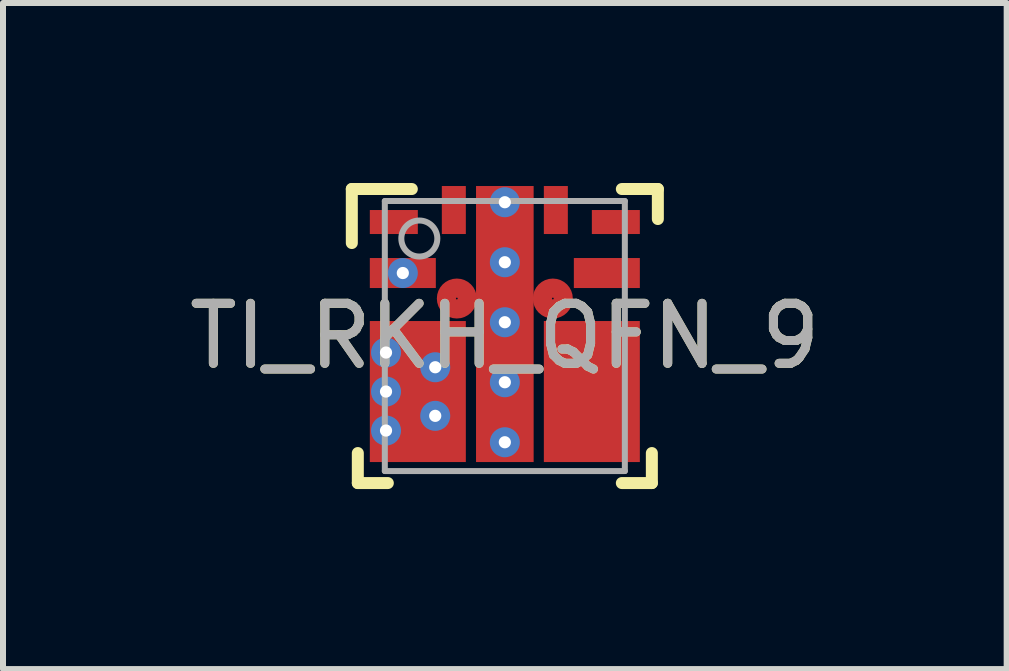
<source format=kicad_pcb>
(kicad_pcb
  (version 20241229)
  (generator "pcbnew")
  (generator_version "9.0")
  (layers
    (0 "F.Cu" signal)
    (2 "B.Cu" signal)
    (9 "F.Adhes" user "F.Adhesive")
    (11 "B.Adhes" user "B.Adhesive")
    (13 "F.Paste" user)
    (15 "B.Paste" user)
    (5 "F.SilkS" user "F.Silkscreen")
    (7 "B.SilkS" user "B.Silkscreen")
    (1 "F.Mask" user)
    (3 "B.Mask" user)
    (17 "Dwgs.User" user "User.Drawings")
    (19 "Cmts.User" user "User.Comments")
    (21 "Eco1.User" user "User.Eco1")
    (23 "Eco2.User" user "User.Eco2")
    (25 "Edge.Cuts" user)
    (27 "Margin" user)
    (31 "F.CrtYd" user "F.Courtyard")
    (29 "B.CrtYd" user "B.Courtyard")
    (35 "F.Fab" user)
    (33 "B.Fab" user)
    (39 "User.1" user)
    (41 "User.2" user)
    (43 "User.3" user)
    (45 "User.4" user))
  (footprint "TI_RKH_QFN_9"
    (layer "F.Cu")
    (at 5.363 2.55)
    (property "Reference" "TI_RKH_QFN_9" (at 0 0 0) (unlocked yes) (layer "F.SilkS") (effects (font (size 1 1) (thickness 0.15))))
    (attr through_hole)
    (fp_circle (center -0.8 -0.625) (end -0.785 -0.625) (stroke (width 0.318) (type solid)) (fill no) (layer "F.Cu"))
    (fp_circle (center 0.8 -0.625) (end 0.815 -0.625) (stroke (width 0.318) (type solid)) (fill no) (layer "F.Cu"))
    (fp_poly (pts (xy -2.15 -0.2) (xy -0.75 -0.2) (xy -0.7 -0.15) (xy -0.7 2) (xy -0.75 2.05) (xy -2.15 2.05) (xy -2.2 2) (xy -2.2 1.8) (xy -2.15 1.75) (xy -1.875 1.75) (xy -1.825 1.7) (xy -1.825 1.45) (xy -1.875 1.4) (xy -2.15 1.4) (xy -2.2 1.35) (xy -2.2 1.15) (xy -2.15 1.1) (xy -1.875 1.1) (xy -1.825 1.05) (xy -1.825 0.8) (xy -1.875 0.75) (xy -2.15 0.75) (xy -2.2 0.7) (xy -2.2 0.5) (xy -2.15 0.45) (xy -1.875 0.45) (xy -1.825 0.4) (xy -1.825 0.15) (xy -1.875 0.1) (xy -2.15 0.1) (xy -2.2 0.05) (xy -2.2 -0.15)) (stroke (width 0) (type solid)) (fill yes) (layer "F.Mask"))
    (fp_poly (pts (xy 2.15 -0.2) (xy 0.75 -0.2) (xy 0.7 -0.15) (xy 0.7 2) (xy 0.75 2.05) (xy 2.15 2.05) (xy 2.2 2) (xy 2.2 1.8) (xy 2.15 1.75) (xy 1.875 1.75) (xy 1.825 1.7) (xy 1.825 1.45) (xy 1.875 1.4) (xy 2.15 1.4) (xy 2.2 1.35) (xy 2.2 1.15) (xy 2.15 1.1) (xy 1.875 1.1) (xy 1.825 1.05) (xy 1.825 0.8) (xy 1.875 0.75) (xy 2.15 0.75) (xy 2.2 0.7) (xy 2.2 0.5) (xy 2.15 0.45) (xy 1.875 0.45) (xy 1.825 0.4) (xy 1.825 0.15) (xy 1.875 0.1) (xy 2.15 0.1) (xy 2.2 0.05) (xy 2.2 -0.15)) (stroke (width 0) (type solid)) (fill yes) (layer "F.Mask"))
    (fp_poly (pts (xy -0.15 -2.45) (xy 0.15 -2.45) (xy 0.16 -2.449) (xy 0.169 -2.446) (xy 0.178 -2.442) (xy 0.185 -2.435) (xy 0.192 -2.428) (xy 0.196 -2.419) (xy 0.199 -2.41) (xy 0.2 -2.4) (xy 0.2 -1.5) (xy 0.199 -1.49) (xy 0.196 -1.481) (xy 0.192 -1.472) (xy 0.185 -1.465) (xy 0.178 -1.458) (xy 0.169 -1.454) (xy 0.16 -1.451) (xy 0.15 -1.45) (xy -0.15 -1.45) (xy -0.16 -1.451) (xy -0.169 -1.454) (xy -0.178 -1.458) (xy -0.185 -1.465) (xy -0.192 -1.472) (xy -0.196 -1.481) (xy -0.199 -1.49) (xy -0.2 -1.5) (xy -0.2 -2.4) (xy -0.199 -2.41) (xy -0.196 -2.419) (xy -0.192 -2.428) (xy -0.185 -2.435) (xy -0.178 -2.442) (xy -0.169 -2.446) (xy -0.16 -2.449)) (stroke (width 0) (type solid)) (fill yes) (layer "F.Mask"))
    (fp_line (start -2.55 -2.45) (end -1.55 -2.45) (stroke (width 0.2) (type solid)) (layer "F.SilkS"))
    (fp_line (start -2.55 -1.55) (end -2.55 -2.45) (stroke (width 0.2) (type solid)) (layer "F.SilkS"))
    (fp_line (start -2.45 2.45) (end -2.45 1.95) (stroke (width 0.2) (type solid)) (layer "F.SilkS"))
    (fp_line (start -2.45 2.45) (end -1.95 2.45) (stroke (width 0.2) (type solid)) (layer "F.SilkS"))
    (fp_line (start 1.95 -2.45) (end 2.55 -2.45) (stroke (width 0.2) (type solid)) (layer "F.SilkS"))
    (fp_line (start 1.95 2.45) (end 2.45 2.45) (stroke (width 0.2) (type solid)) (layer "F.SilkS"))
    (fp_line (start 2.45 2.45) (end 2.45 1.95) (stroke (width 0.2) (type solid)) (layer "F.SilkS"))
    (fp_line (start 2.55 -1.95) (end 2.55 -2.45) (stroke (width 0.2) (type solid)) (layer "F.SilkS"))
    (fp_poly (pts (xy -2.15 -0.2) (xy -1.875 -0.2) (xy -1.825 -0.15) (xy -1.825 0.05) (xy -1.875 0.1) (xy -2.15 0.1) (xy -2.2 0.05) (xy -2.2 -0.15)) (stroke (width 0) (type solid)) (fill yes) (layer "F.Paste"))
    (fp_poly (pts (xy -2.15 0.45) (xy -1.875 0.45) (xy -1.825 0.5) (xy -1.825 0.7) (xy -1.875 0.75) (xy -2.15 0.75) (xy -2.2 0.7) (xy -2.2 0.5)) (stroke (width 0) (type solid)) (fill yes) (layer "F.Paste"))
    (fp_poly (pts (xy -2.15 1.1) (xy -1.875 1.1) (xy -1.825 1.15) (xy -1.825 1.35) (xy -1.875 1.4) (xy -2.15 1.4) (xy -2.2 1.35) (xy -2.2 1.15)) (stroke (width 0) (type solid)) (fill yes) (layer "F.Paste"))
    (fp_poly (pts (xy -2.15 1.75) (xy -1.875 1.75) (xy -1.825 1.8) (xy -1.825 2) (xy -1.875 2.05) (xy -2.15 2.05) (xy -2.2 2) (xy -2.2 1.8)) (stroke (width 0) (type solid)) (fill yes) (layer "F.Paste"))
    (fp_poly (pts (xy -1.575 -0.19) (xy -0.755 -0.19) (xy -0.705 -0.14) (xy -0.705 0.37) (xy -0.755 0.42) (xy -1.575 0.42) (xy -1.625 0.37) (xy -1.625 -0.14)) (stroke (width 0) (type solid)) (fill yes) (layer "F.Paste"))
    (fp_poly (pts (xy -1.575 0.62) (xy -0.755 0.62) (xy -0.705 0.67) (xy -0.705 1.18) (xy -0.755 1.23) (xy -1.575 1.23) (xy -1.625 1.18) (xy -1.625 0.67)) (stroke (width 0) (type solid)) (fill yes) (layer "F.Paste"))
    (fp_poly (pts (xy -1.575 1.43) (xy -0.755 1.43) (xy -0.705 1.48) (xy -0.705 1.99) (xy -0.755 2.04) (xy -1.575 2.04) (xy -1.625 1.99) (xy -1.625 1.48)) (stroke (width 0) (type solid)) (fill yes) (layer "F.Paste"))
    (fp_poly (pts (xy 1.575 -0.19) (xy 0.755 -0.19) (xy 0.705 -0.14) (xy 0.705 0.37) (xy 0.755 0.42) (xy 1.575 0.42) (xy 1.625 0.37) (xy 1.625 -0.14)) (stroke (width 0) (type solid)) (fill yes) (layer "F.Paste"))
    (fp_poly (pts (xy 1.575 0.62) (xy 0.755 0.62) (xy 0.705 0.67) (xy 0.705 1.18) (xy 0.755 1.23) (xy 1.575 1.23) (xy 1.625 1.18) (xy 1.625 0.67)) (stroke (width 0) (type solid)) (fill yes) (layer "F.Paste"))
    (fp_poly (pts (xy 1.575 1.43) (xy 0.755 1.43) (xy 0.705 1.48) (xy 0.705 1.99) (xy 0.755 2.04) (xy 1.575 2.04) (xy 1.625 1.99) (xy 1.625 1.48)) (stroke (width 0) (type solid)) (fill yes) (layer "F.Paste"))
    (fp_poly (pts (xy 2.15 -0.2) (xy 1.875 -0.2) (xy 1.825 -0.15) (xy 1.825 0.05) (xy 1.875 0.1) (xy 2.15 0.1) (xy 2.2 0.05) (xy 2.2 -0.15)) (stroke (width 0) (type solid)) (fill yes) (layer "F.Paste"))
    (fp_poly (pts (xy 2.15 0.45) (xy 1.875 0.45) (xy 1.825 0.5) (xy 1.825 0.7) (xy 1.875 0.75) (xy 2.15 0.75) (xy 2.2 0.7) (xy 2.2 0.5)) (stroke (width 0) (type solid)) (fill yes) (layer "F.Paste"))
    (fp_poly (pts (xy 2.15 1.1) (xy 1.875 1.1) (xy 1.825 1.15) (xy 1.825 1.35) (xy 1.875 1.4) (xy 2.15 1.4) (xy 2.2 1.35) (xy 2.2 1.15)) (stroke (width 0) (type solid)) (fill yes) (layer "F.Paste"))
    (fp_poly (pts (xy 2.15 1.75) (xy 1.875 1.75) (xy 1.825 1.8) (xy 1.825 2) (xy 1.875 2.05) (xy 2.15 2.05) (xy 2.2 2) (xy 2.2 1.8)) (stroke (width 0) (type solid)) (fill yes) (layer "F.Paste"))
    (fp_poly (pts (xy -0.15 -2.45) (xy 0.15 -2.45) (xy 0.16 -2.449) (xy 0.169 -2.446) (xy 0.178 -2.442) (xy 0.185 -2.435) (xy 0.192 -2.428) (xy 0.196 -2.419) (xy 0.199 -2.41) (xy 0.2 -2.4) (xy 0.2 -1.5) (xy 0.199 -1.49) (xy 0.196 -1.481) (xy 0.192 -1.472) (xy 0.185 -1.465) (xy 0.178 -1.458) (xy 0.169 -1.454) (xy 0.16 -1.451) (xy 0.15 -1.45) (xy -0.15 -1.45) (xy -0.16 -1.451) (xy -0.169 -1.454) (xy -0.178 -1.458) (xy -0.185 -1.465) (xy -0.192 -1.472) (xy -0.196 -1.481) (xy -0.199 -1.49) (xy -0.2 -1.5) (xy -0.2 -2.4) (xy -0.199 -2.41) (xy -0.196 -2.419) (xy -0.192 -2.428) (xy -0.185 -2.435) (xy -0.178 -2.442) (xy -0.169 -2.446) (xy -0.16 -2.449)) (stroke (width 0) (type solid)) (fill yes) (layer "F.Paste"))
    (fp_line (start -2 -2.25) (end 2 -2.25) (stroke (width 0.1) (type solid)) (layer "F.Fab"))
    (fp_line (start -2 2.25) (end -2 -2.25) (stroke (width 0.1) (type solid)) (layer "F.Fab"))
    (fp_line (start -2 2.25) (end 2 2.25) (stroke (width 0.1) (type solid)) (layer "F.Fab"))
    (fp_line (start 2 2.25) (end 2 -2.25) (stroke (width 0.1) (type solid)) (layer "F.Fab"))
    (fp_circle (center -1.425 -1.625) (end -1.125 -1.625) (stroke (width 0.1) (type solid)) (fill no) (layer "F.Fab"))
    (fp_text user "${REFERENCE}" (at 0 0 0) (unlocked yes) (layer "F.Fab") (effects (font (size 1 1) (thickness 0.15))))
    (pad "1" smd rect (at -1.85 -1.9) (size 0.8 0.4) (layers "F.Cu" "F.Mask" "F.Paste"))
    (pad "2" smd rect (at -1.7 -1.05) (size 1.1 0.5) (layers "F.Cu" "F.Mask" "F.Paste"))
    (pad "3" smd rect (at -1.45 0.925) (size 1.6 2.35) (layers "F.Cu"))
    (pad "4" smd rect (at 1.45 0.925) (size 1.6 2.35) (layers "F.Cu"))
    (pad "5" smd rect (at 1.7 -1.05) (size 1.1 0.5) (layers "F.Cu" "F.Mask" "F.Paste"))
    (pad "6" smd rect (at 1.85 -1.9) (size 0.8 0.4) (layers "F.Cu" "F.Mask" "F.Paste"))
    (pad "7" smd rect (at 0.85 -2.1 90) (size 0.8 0.4) (layers "F.Cu" "F.Mask" "F.Paste"))
    (pad "8" smd rect (at 0 -0.2) (size 0.96 4.6) (layers "F.Cu"))
    (pad "9" smd rect (at -0.85 -2.1 90) (size 0.8 0.4) (layers "F.Cu" "F.Mask" "F.Paste"))
    (pad "V" thru_hole circle (at -1.98 0.275) (size 0.5 0.5) (drill 0.203) (layers "*.Cu" "*.Mask"))
    (pad "V" thru_hole circle (at -1.98 0.925) (size 0.5 0.5) (drill 0.203) (layers "*.Cu" "*.Mask"))
    (pad "V" thru_hole circle (at -1.98 1.575) (size 0.5 0.5) (drill 0.203) (layers "*.Cu" "*.Mask"))
    (pad "V" thru_hole circle (at -1.7 -1.05) (size 0.5 0.5) (drill 0.203) (layers "*.Cu" "*.Mask"))
    (pad "V" thru_hole circle (at -1.16 0.52) (size 0.5 0.5) (drill 0.203) (layers "*.Cu" "*.Mask"))
    (pad "V" thru_hole circle (at -1.16 1.33) (size 0.5 0.5) (drill 0.203) (layers "*.Cu" "*.Mask"))
    (pad "V" thru_hole circle (at 0 -2.23) (size 0.5 0.5) (drill 0.203) (layers "*.Cu" "*.Mask"))
    (pad "V" thru_hole circle (at 0 -1.23) (size 0.5 0.5) (drill 0.203) (layers "*.Cu" "*.Mask"))
    (pad "V" thru_hole circle (at 0 -0.23) (size 0.5 0.5) (drill 0.203) (layers "*.Cu" "*.Mask"))
    (pad "V" thru_hole circle (at 0 0.77) (size 0.5 0.5) (drill 0.203) (layers "*.Cu" "*.Mask"))
    (pad "V" thru_hole circle (at 0 1.77) (size 0.5 0.5) (drill 0.203) (layers "*.Cu" "*.Mask")))
  (gr_rect
    (start -3 -3)
    (end 13.726 8.1)
    (stroke (width 0.1) (type default))
    (fill no)
    (layer "Edge.Cuts")))
</source>
